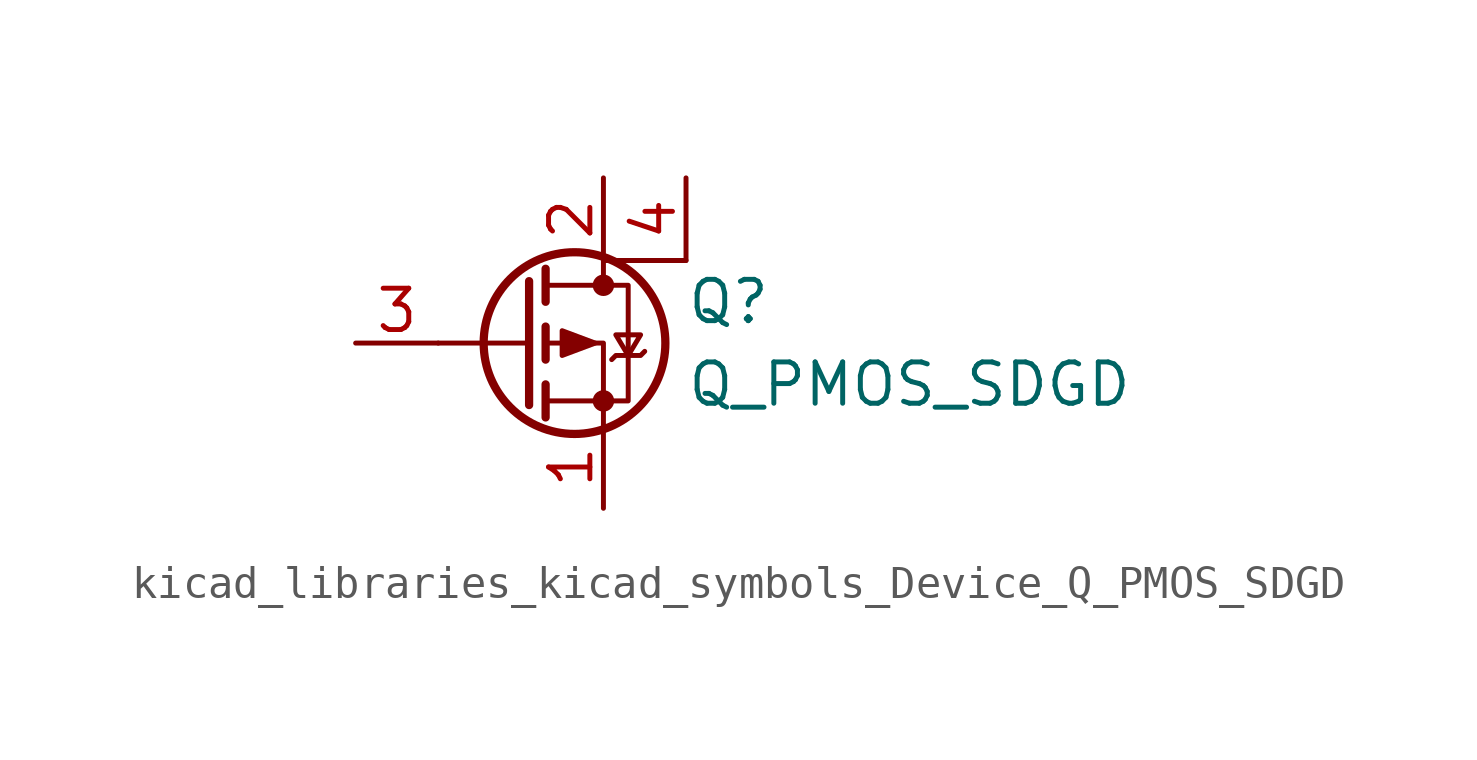
<source format=kicad_sym>
(kicad_symbol_lib
  (version 20220914)
  (generator kicad_symbol_editor)
  (symbol "kicad_libraries_kicad_symbols_Device_Q_PMOS_SDGD"
    (pin_names
      (offset 0) hide)
    (property "Reference" "Q"
      (at 5.08 1.27 0)
      (effects (font (size 1.27 1.27)) (justify left)))
    (property "Value" "Q_PMOS_SDGD"
      (at 5.08 -1.27 0)
      (effects (font (size 1.27 1.27)) (justify left)))
    (symbol "kicad_libraries_kicad_symbols_Device_Q_PMOS_SDGD_0_1"
      (polyline (pts (xy 0.254 0) (xy -2.54 0)) (stroke (width 0) (type default)) (fill (type none)))
      (polyline (pts (xy 0.254 1.905) (xy 0.254 -1.905)) (stroke (width 0.254) (type default)) (fill (type none)))
      (polyline (pts (xy 0.762 -1.27) (xy 0.762 -2.286)) (stroke (width 0.254) (type default)) (fill (type none)))
      (polyline (pts (xy 0.762 0.508) (xy 0.762 -0.508)) (stroke (width 0.254) (type default)) (fill (type none)))
      (polyline (pts (xy 0.762 2.286) (xy 0.762 1.27)) (stroke (width 0.254) (type default)) (fill (type none)))
      (polyline (pts (xy 2.54 -2.54) (xy 2.54 0) (xy 0.762 0)) (stroke (width 0) (type default)) (fill (type none)))
      (polyline (pts (xy 5.08 2.54) (xy 2.54 2.54) (xy 2.54 1.778)) (stroke (width 0) (type default)) (fill (type none)))
      (polyline (pts (xy 0.762 1.778) (xy 3.302 1.778) (xy 3.302 -1.778) (xy 0.762 -1.778)) (stroke (width 0) (type default)) (fill (type none)))
      (polyline (pts (xy 2.286 0) (xy 1.27 0.381) (xy 1.27 -0.381) (xy 2.286 0)) (stroke (width 0) (type default)) (fill (type outline)))
      (polyline (pts (xy 2.794 -0.508) (xy 2.921 -0.381) (xy 3.683 -0.381) (xy 3.81 -0.254)) (stroke (width 0) (type default)) (fill (type none)))
      (polyline (pts (xy 3.302 -0.381) (xy 2.921 0.254) (xy 3.683 0.254) (xy 3.302 -0.381)) (stroke (width 0) (type default)) (fill (type none)))
      (circle (center 1.651 0) (radius 2.794) (stroke (width 0.254) (type default)) (fill (type none)))
      (circle (center 2.54 -1.778) (radius 0.254) (stroke (width 0) (type default)) (fill (type outline)))
      (circle (center 2.54 1.778) (radius 0.254) (stroke (width 0) (type default)) (fill (type outline))))
    (symbol "kicad_libraries_kicad_symbols_Device_Q_PMOS_SDGD_1_1"
      (pin passive line (at 2.54 -5.08 90) (length 2.54) (name "S" (effects (font (size 1.27 1.27)))) (number "1" (effects (font (size 1.27 1.27)))))
      (pin passive line (at 2.54 5.08 270) (length 2.54) (name "D" (effects (font (size 1.27 1.27)))) (number "2" (effects (font (size 1.27 1.27)))))
      (pin input line (at -5.08 0 0) (length 2.54) (name "G" (effects (font (size 1.27 1.27)))) (number "3" (effects (font (size 1.27 1.27)))))
      (pin passive line (at 5.08 5.08 270) (length 2.54) (name "D" (effects (font (size 1.27 1.27)))) (number "4" (effects (font (size 1.27 1.27))))))))
</source>
